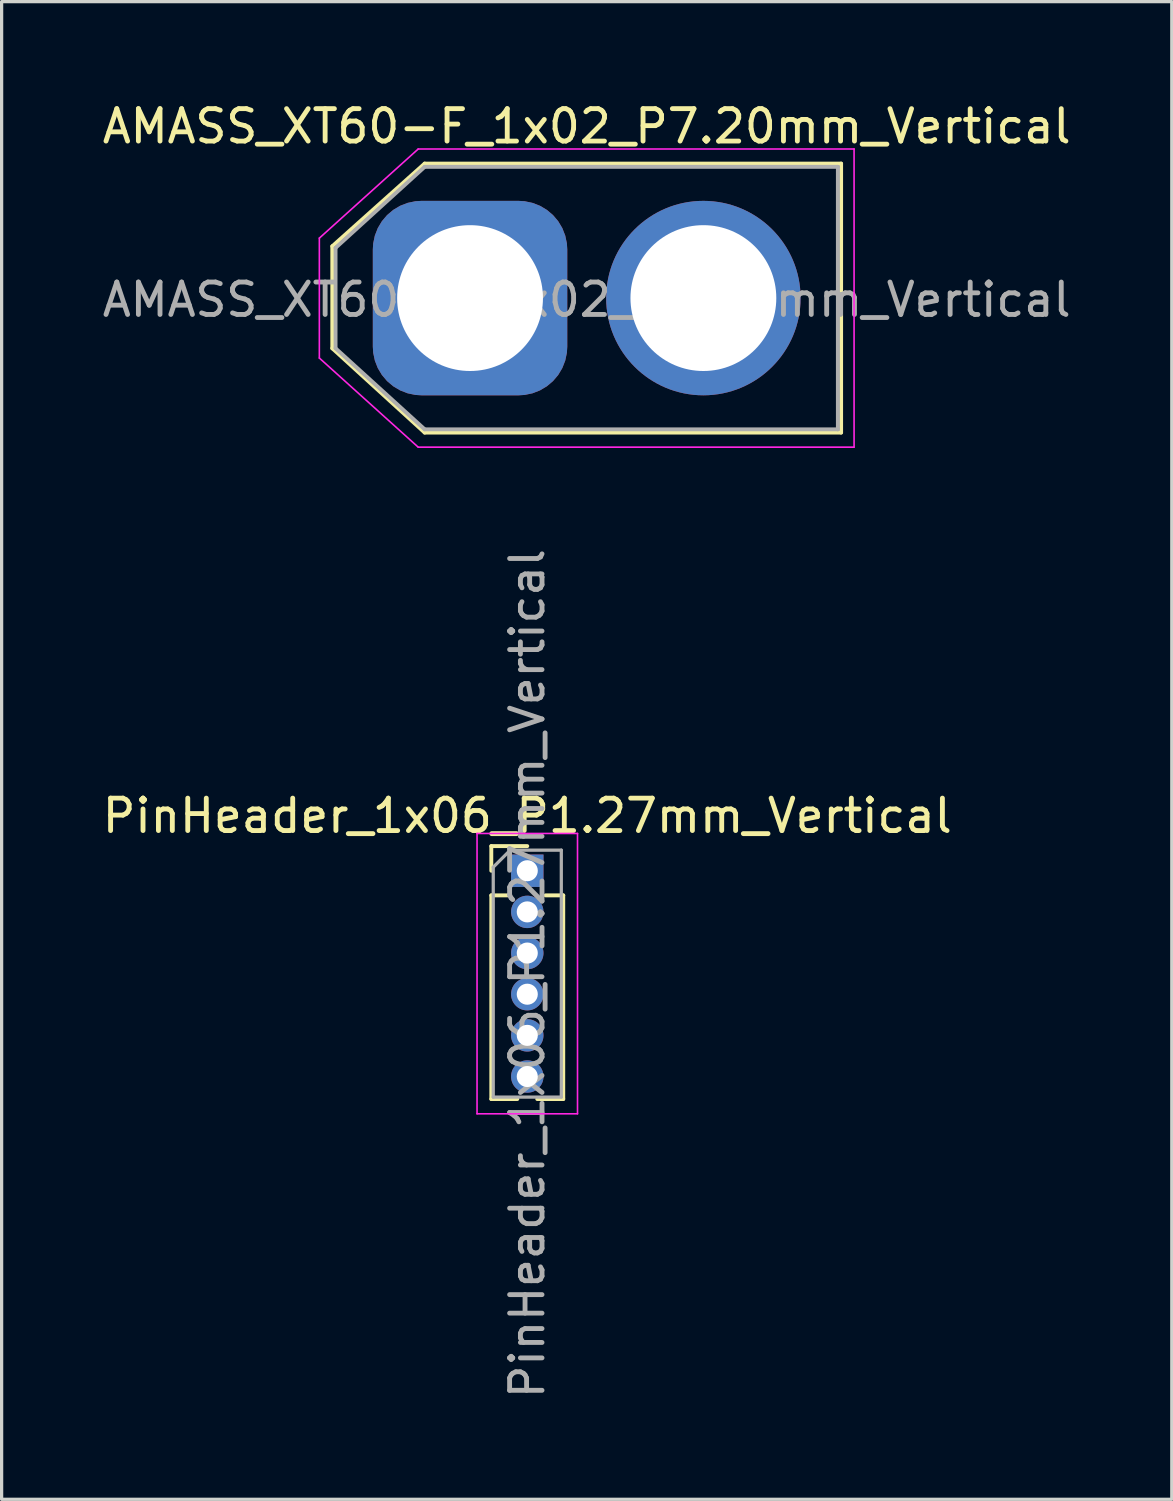
<source format=kicad_pcb>
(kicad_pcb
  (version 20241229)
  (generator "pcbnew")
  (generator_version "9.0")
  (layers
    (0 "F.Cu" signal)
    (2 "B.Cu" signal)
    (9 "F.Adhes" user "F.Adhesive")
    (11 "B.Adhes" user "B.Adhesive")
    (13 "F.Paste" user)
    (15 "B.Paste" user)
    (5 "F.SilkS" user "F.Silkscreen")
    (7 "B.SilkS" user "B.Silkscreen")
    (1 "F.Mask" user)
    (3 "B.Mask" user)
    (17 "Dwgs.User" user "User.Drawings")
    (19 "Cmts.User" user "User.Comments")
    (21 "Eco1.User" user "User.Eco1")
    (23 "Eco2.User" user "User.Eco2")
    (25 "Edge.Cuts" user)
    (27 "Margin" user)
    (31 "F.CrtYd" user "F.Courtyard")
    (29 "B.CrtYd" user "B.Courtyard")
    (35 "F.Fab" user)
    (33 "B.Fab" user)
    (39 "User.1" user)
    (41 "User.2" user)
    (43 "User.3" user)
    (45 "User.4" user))
  (footprint "PinHeader_1x06_P1.27mm_Vertical"
    (layer "F.Cu")
    (at 13.22 23.818)
    (property "Reference" "PinHeader_1x06_P1.27mm_Vertical" (at 0 -1.695 0) (layer "F.SilkS") (effects (font (size 1 1) (thickness 0.15))))
    (attr through_hole)
    (fp_line (start -1.11 -0.76) (end 0 -0.76) (stroke (width 0.12) (type solid)) (layer "F.SilkS"))
    (fp_line (start -1.11 0) (end -1.11 -0.76) (stroke (width 0.12) (type solid)) (layer "F.SilkS"))
    (fp_line (start -1.11 0.76) (end -1.11 7.045) (stroke (width 0.12) (type solid)) (layer "F.SilkS"))
    (fp_line (start -1.11 0.76) (end -0.563 0.76) (stroke (width 0.12) (type solid)) (layer "F.SilkS"))
    (fp_line (start -1.11 7.045) (end -0.308 7.045) (stroke (width 0.12) (type solid)) (layer "F.SilkS"))
    (fp_line (start 0.308 7.045) (end 1.11 7.045) (stroke (width 0.12) (type solid)) (layer "F.SilkS"))
    (fp_line (start 0.563 0.76) (end 1.11 0.76) (stroke (width 0.12) (type solid)) (layer "F.SilkS"))
    (fp_line (start 1.11 0.76) (end 1.11 7.045) (stroke (width 0.12) (type solid)) (layer "F.SilkS"))
    (fp_line (start -1.55 -1.15) (end -1.55 7.5) (stroke (width 0.05) (type solid)) (layer "F.CrtYd"))
    (fp_line (start -1.55 7.5) (end 1.55 7.5) (stroke (width 0.05) (type solid)) (layer "F.CrtYd"))
    (fp_line (start 1.55 -1.15) (end -1.55 -1.15) (stroke (width 0.05) (type solid)) (layer "F.CrtYd"))
    (fp_line (start 1.55 7.5) (end 1.55 -1.15) (stroke (width 0.05) (type solid)) (layer "F.CrtYd"))
    (fp_line (start -1.05 -0.11) (end -0.525 -0.635) (stroke (width 0.1) (type solid)) (layer "F.Fab"))
    (fp_line (start -1.05 6.985) (end -1.05 -0.11) (stroke (width 0.1) (type solid)) (layer "F.Fab"))
    (fp_line (start -0.525 -0.635) (end 1.05 -0.635) (stroke (width 0.1) (type solid)) (layer "F.Fab"))
    (fp_line (start 1.05 -0.635) (end 1.05 6.985) (stroke (width 0.1) (type solid)) (layer "F.Fab"))
    (fp_line (start 1.05 6.985) (end -1.05 6.985) (stroke (width 0.1) (type solid)) (layer "F.Fab"))
    (fp_text user "${REFERENCE}" (at 0 3.175 90) (layer "F.Fab") (effects (font (size 1 1) (thickness 0.15))))
    (pad "1" thru_hole rect (at 0 0) (size 1 1) (drill 0.65) (layers "*.Cu" "*.Mask"))
    (pad "2" thru_hole oval (at 0 1.27) (size 1 1) (drill 0.65) (layers "*.Cu" "*.Mask"))
    (pad "3" thru_hole oval (at 0 2.54) (size 1 1) (drill 0.65) (layers "*.Cu" "*.Mask"))
    (pad "4" thru_hole oval (at 0 3.81) (size 1 1) (drill 0.65) (layers "*.Cu" "*.Mask"))
    (pad "5" thru_hole oval (at 0 5.08) (size 1 1) (drill 0.65) (layers "*.Cu" "*.Mask"))
    (pad "6" thru_hole oval (at 0 6.35) (size 1 1) (drill 0.65) (layers "*.Cu" "*.Mask")))
  (footprint "AMASS_XT60-F_1x02_P7.20mm_Vertical"
    (layer "F.Cu")
    (at 11.454 6.148)
    (property "Reference" "AMASS_XT60-F_1x02_P7.20mm_Vertical" (at 3.6 -5.3 180) (layer "F.SilkS") (effects (font (size 1 1) (thickness 0.15))))
    (attr through_hole)
    (fp_line (start -4.25 -1.6) (end -4.25 1.55) (stroke (width 0.12) (type solid)) (layer "F.SilkS"))
    (fp_line (start -4.25 1.55) (end -1.4 4.15) (stroke (width 0.12) (type solid)) (layer "F.SilkS"))
    (fp_line (start -1.4 -4.15) (end -4.25 -1.6) (stroke (width 0.12) (type solid)) (layer "F.SilkS"))
    (fp_line (start -1.4 4.15) (end 11.45 4.15) (stroke (width 0.12) (type solid)) (layer "F.SilkS"))
    (fp_line (start 11.45 -4.15) (end -1.4 -4.15) (stroke (width 0.12) (type solid)) (layer "F.SilkS"))
    (fp_line (start 11.45 4.15) (end 11.45 -4.15) (stroke (width 0.12) (type solid)) (layer "F.SilkS"))
    (fp_line (start -4.65 -1.85) (end -1.6 -4.6) (stroke (width 0.05) (type solid)) (layer "F.CrtYd"))
    (fp_line (start -4.65 1.85) (end -4.65 -1.85) (stroke (width 0.05) (type solid)) (layer "F.CrtYd"))
    (fp_line (start -1.6 -4.6) (end 11.85 -4.6) (stroke (width 0.05) (type solid)) (layer "F.CrtYd"))
    (fp_line (start -1.6 4.6) (end -4.65 1.85) (stroke (width 0.05) (type solid)) (layer "F.CrtYd"))
    (fp_line (start 11.85 -4.6) (end 11.85 4.6) (stroke (width 0.05) (type solid)) (layer "F.CrtYd"))
    (fp_line (start 11.85 4.6) (end -1.6 4.6) (stroke (width 0.05) (type solid)) (layer "F.CrtYd"))
    (fp_line (start -4.15 -1.55) (end -4.15 1.55) (stroke (width 0.12) (type solid)) (layer "F.Fab"))
    (fp_line (start -4.15 1.55) (end -1.4 4.05) (stroke (width 0.12) (type solid)) (layer "F.Fab"))
    (fp_line (start -1.4 -4.05) (end -4.15 -1.55) (stroke (width 0.12) (type solid)) (layer "F.Fab"))
    (fp_line (start -1.4 4.05) (end 11.35 4.05) (stroke (width 0.12) (type solid)) (layer "F.Fab"))
    (fp_line (start 11.35 -4.05) (end -1.4 -4.05) (stroke (width 0.12) (type solid)) (layer "F.Fab"))
    (fp_line (start 11.35 4.05) (end 11.35 -4.05) (stroke (width 0.12) (type solid)) (layer "F.Fab"))
    (fp_text user "${REFERENCE}" (at 3.6 0.05 0) (layer "F.Fab") (effects (font (size 1 1) (thickness 0.15))))
    (pad "1" thru_hole roundrect (at 0 0) (size 6 6) (drill 4.5) (layers "*.Cu" "*.Mask") (roundrect_rratio 0.25))
    (pad "2" thru_hole circle (at 7.2 0) (size 6 6) (drill 4.5) (layers "*.Cu" "*.Mask")))
  (gr_rect
    (start -3 -3)
    (end 33.107 43.214)
    (stroke (width 0.1) (type default))
    (fill no)
    (layer "Edge.Cuts")))
</source>
